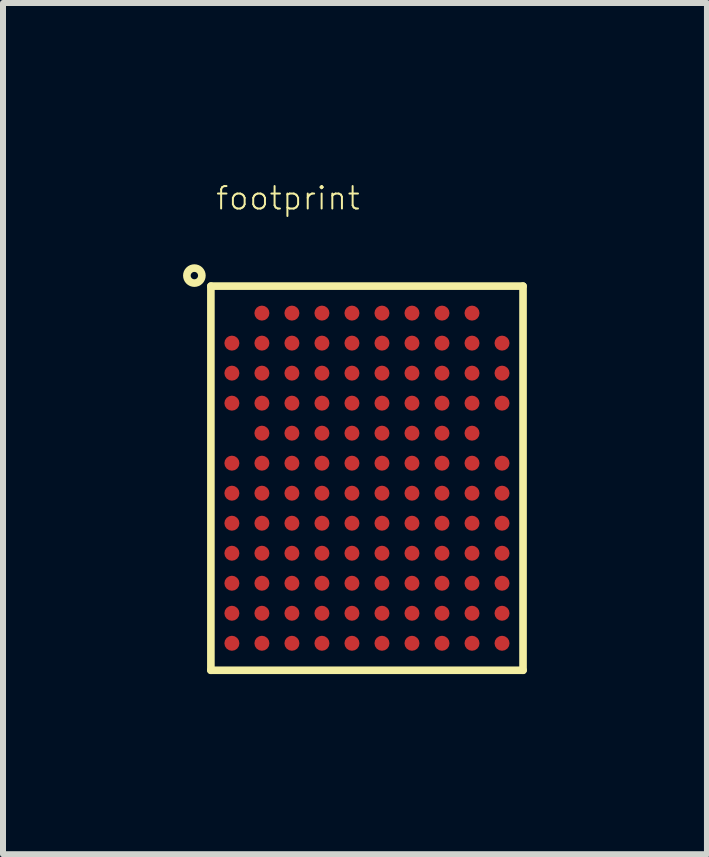
<source format=kicad_pcb>
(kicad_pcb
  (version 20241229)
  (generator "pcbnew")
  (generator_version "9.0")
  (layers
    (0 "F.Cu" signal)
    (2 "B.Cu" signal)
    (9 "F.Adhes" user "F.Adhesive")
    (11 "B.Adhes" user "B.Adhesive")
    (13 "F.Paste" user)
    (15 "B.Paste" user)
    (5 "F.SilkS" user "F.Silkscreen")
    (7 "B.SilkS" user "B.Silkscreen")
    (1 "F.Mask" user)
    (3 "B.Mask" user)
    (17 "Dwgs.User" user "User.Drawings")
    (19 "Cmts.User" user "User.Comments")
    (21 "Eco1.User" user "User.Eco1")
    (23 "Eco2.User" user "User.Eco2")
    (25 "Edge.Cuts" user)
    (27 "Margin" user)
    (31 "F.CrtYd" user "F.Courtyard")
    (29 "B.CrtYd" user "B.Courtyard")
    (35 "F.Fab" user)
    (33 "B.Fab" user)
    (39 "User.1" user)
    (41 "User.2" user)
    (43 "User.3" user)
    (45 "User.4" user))
  (footprint "footprint"
    (layer "F.Cu")
    (at 3.063 4.916)
    (property "Reference" "footprint" (at -2.54 -4.445 0) (layer "F.SilkS") (effects (font (size 0.374 0.374) (thickness 0.033)) (justify left bottom)))
    (fp_line (start -2.6 -3.2) (end 2.6 -3.2) (stroke (width 0.127) (type solid)) (layer "F.SilkS"))
    (fp_line (start -2.6 3.2) (end -2.6 -3.2) (stroke (width 0.127) (type solid)) (layer "F.SilkS"))
    (fp_line (start 2.6 -3.2) (end 2.6 3.2) (stroke (width 0.127) (type solid)) (layer "F.SilkS"))
    (fp_line (start 2.6 3.2) (end -2.6 3.2) (stroke (width 0.127) (type solid)) (layer "F.SilkS"))
    (fp_circle (center -2.875 -3.375) (end -2.75 -3.375) (stroke (width 0.127) (type solid)) (fill no) (layer "F.SilkS"))
    (pad "A2" smd roundrect (at -1.75 -2.75) (size 0.25 0.25) (layers "F.Cu" "F.Mask" "F.Paste") (roundrect_rratio 0.5))
    (pad "A3" smd roundrect (at -1.25 -2.75) (size 0.25 0.25) (layers "F.Cu" "F.Mask" "F.Paste") (roundrect_rratio 0.5))
    (pad "A4" smd roundrect (at -0.75 -2.75) (size 0.25 0.25) (layers "F.Cu" "F.Mask" "F.Paste") (roundrect_rratio 0.5))
    (pad "A5" smd roundrect (at -0.25 -2.75) (size 0.25 0.25) (layers "F.Cu" "F.Mask" "F.Paste") (roundrect_rratio 0.5))
    (pad "A6" smd roundrect (at 0.25 -2.75) (size 0.25 0.25) (layers "F.Cu" "F.Mask" "F.Paste") (roundrect_rratio 0.5))
    (pad "A7" smd roundrect (at 0.75 -2.75) (size 0.25 0.25) (layers "F.Cu" "F.Mask" "F.Paste") (roundrect_rratio 0.5))
    (pad "A8" smd roundrect (at 1.25 -2.75) (size 0.25 0.25) (layers "F.Cu" "F.Mask" "F.Paste") (roundrect_rratio 0.5))
    (pad "A9" smd roundrect (at 1.75 -2.75) (size 0.25 0.25) (layers "F.Cu" "F.Mask" "F.Paste") (roundrect_rratio 0.5))
    (pad "B1" smd roundrect (at -2.25 -2.25) (size 0.25 0.25) (layers "F.Cu" "F.Mask" "F.Paste") (roundrect_rratio 0.5))
    (pad "B2" smd roundrect (at -1.75 -2.25) (size 0.25 0.25) (layers "F.Cu" "F.Mask" "F.Paste") (roundrect_rratio 0.5))
    (pad "B3" smd roundrect (at -1.25 -2.25) (size 0.25 0.25) (layers "F.Cu" "F.Mask" "F.Paste") (roundrect_rratio 0.5))
    (pad "B4" smd roundrect (at -0.75 -2.25) (size 0.25 0.25) (layers "F.Cu" "F.Mask" "F.Paste") (roundrect_rratio 0.5))
    (pad "B5" smd roundrect (at -0.25 -2.25) (size 0.25 0.25) (layers "F.Cu" "F.Mask" "F.Paste") (roundrect_rratio 0.5))
    (pad "B6" smd roundrect (at 0.25 -2.25) (size 0.25 0.25) (layers "F.Cu" "F.Mask" "F.Paste") (roundrect_rratio 0.5))
    (pad "B7" smd roundrect (at 0.75 -2.25) (size 0.25 0.25) (layers "F.Cu" "F.Mask" "F.Paste") (roundrect_rratio 0.5))
    (pad "B8" smd roundrect (at 1.25 -2.25) (size 0.25 0.25) (layers "F.Cu" "F.Mask" "F.Paste") (roundrect_rratio 0.5))
    (pad "B9" smd roundrect (at 1.75 -2.25) (size 0.25 0.25) (layers "F.Cu" "F.Mask" "F.Paste") (roundrect_rratio 0.5))
    (pad "B10" smd roundrect (at 2.25 -2.25) (size 0.25 0.25) (layers "F.Cu" "F.Mask" "F.Paste") (roundrect_rratio 0.5))
    (pad "C1" smd roundrect (at -2.25 -1.75) (size 0.25 0.25) (layers "F.Cu" "F.Mask" "F.Paste") (roundrect_rratio 0.5))
    (pad "C2" smd roundrect (at -1.75 -1.75) (size 0.25 0.25) (layers "F.Cu" "F.Mask" "F.Paste") (roundrect_rratio 0.5))
    (pad "C3" smd roundrect (at -1.25 -1.75) (size 0.25 0.25) (layers "F.Cu" "F.Mask" "F.Paste") (roundrect_rratio 0.5))
    (pad "C4" smd roundrect (at -0.75 -1.75) (size 0.25 0.25) (layers "F.Cu" "F.Mask" "F.Paste") (roundrect_rratio 0.5))
    (pad "C5" smd roundrect (at -0.25 -1.75) (size 0.25 0.25) (layers "F.Cu" "F.Mask" "F.Paste") (roundrect_rratio 0.5))
    (pad "C6" smd roundrect (at 0.25 -1.75) (size 0.25 0.25) (layers "F.Cu" "F.Mask" "F.Paste") (roundrect_rratio 0.5))
    (pad "C7" smd roundrect (at 0.75 -1.75) (size 0.25 0.25) (layers "F.Cu" "F.Mask" "F.Paste") (roundrect_rratio 0.5))
    (pad "C8" smd roundrect (at 1.25 -1.75) (size 0.25 0.25) (layers "F.Cu" "F.Mask" "F.Paste") (roundrect_rratio 0.5))
    (pad "C9" smd roundrect (at 1.75 -1.75) (size 0.25 0.25) (layers "F.Cu" "F.Mask" "F.Paste") (roundrect_rratio 0.5))
    (pad "C10" smd roundrect (at 2.25 -1.75) (size 0.25 0.25) (layers "F.Cu" "F.Mask" "F.Paste") (roundrect_rratio 0.5))
    (pad "D1" smd roundrect (at -2.25 -1.25) (size 0.25 0.25) (layers "F.Cu" "F.Mask" "F.Paste") (roundrect_rratio 0.5))
    (pad "D2" smd roundrect (at -1.75 -1.25) (size 0.25 0.25) (layers "F.Cu" "F.Mask" "F.Paste") (roundrect_rratio 0.5))
    (pad "D3" smd roundrect (at -1.25 -1.25) (size 0.25 0.25) (layers "F.Cu" "F.Mask" "F.Paste") (roundrect_rratio 0.5))
    (pad "D4" smd roundrect (at -0.75 -1.25) (size 0.25 0.25) (layers "F.Cu" "F.Mask" "F.Paste") (roundrect_rratio 0.5))
    (pad "D5" smd roundrect (at -0.25 -1.25) (size 0.25 0.25) (layers "F.Cu" "F.Mask" "F.Paste") (roundrect_rratio 0.5))
    (pad "D6" smd roundrect (at 0.25 -1.25) (size 0.25 0.25) (layers "F.Cu" "F.Mask" "F.Paste") (roundrect_rratio 0.5))
    (pad "D7" smd roundrect (at 0.75 -1.25) (size 0.25 0.25) (layers "F.Cu" "F.Mask" "F.Paste") (roundrect_rratio 0.5))
    (pad "D8" smd roundrect (at 1.25 -1.25) (size 0.25 0.25) (layers "F.Cu" "F.Mask" "F.Paste") (roundrect_rratio 0.5))
    (pad "D9" smd roundrect (at 1.75 -1.25) (size 0.25 0.25) (layers "F.Cu" "F.Mask" "F.Paste") (roundrect_rratio 0.5))
    (pad "D10" smd roundrect (at 2.25 -1.25) (size 0.25 0.25) (layers "F.Cu" "F.Mask" "F.Paste") (roundrect_rratio 0.5))
    (pad "E2" smd roundrect (at -1.75 -0.75) (size 0.25 0.25) (layers "F.Cu" "F.Mask" "F.Paste") (roundrect_rratio 0.5))
    (pad "E3" smd roundrect (at -1.25 -0.75) (size 0.25 0.25) (layers "F.Cu" "F.Mask" "F.Paste") (roundrect_rratio 0.5))
    (pad "E4" smd roundrect (at -0.75 -0.75) (size 0.25 0.25) (layers "F.Cu" "F.Mask" "F.Paste") (roundrect_rratio 0.5))
    (pad "E5" smd roundrect (at -0.25 -0.75) (size 0.25 0.25) (layers "F.Cu" "F.Mask" "F.Paste") (roundrect_rratio 0.5))
    (pad "E6" smd roundrect (at 0.25 -0.75) (size 0.25 0.25) (layers "F.Cu" "F.Mask" "F.Paste") (roundrect_rratio 0.5))
    (pad "E7" smd roundrect (at 0.75 -0.75) (size 0.25 0.25) (layers "F.Cu" "F.Mask" "F.Paste") (roundrect_rratio 0.5))
    (pad "E8" smd roundrect (at 1.25 -0.75) (size 0.25 0.25) (layers "F.Cu" "F.Mask" "F.Paste") (roundrect_rratio 0.5))
    (pad "E9" smd roundrect (at 1.75 -0.75) (size 0.25 0.25) (layers "F.Cu" "F.Mask" "F.Paste") (roundrect_rratio 0.5))
    (pad "F1" smd roundrect (at -2.25 -0.25) (size 0.25 0.25) (layers "F.Cu" "F.Mask" "F.Paste") (roundrect_rratio 0.5))
    (pad "F2" smd roundrect (at -1.75 -0.25) (size 0.25 0.25) (layers "F.Cu" "F.Mask" "F.Paste") (roundrect_rratio 0.5))
    (pad "F3" smd roundrect (at -1.25 -0.25) (size 0.25 0.25) (layers "F.Cu" "F.Mask" "F.Paste") (roundrect_rratio 0.5))
    (pad "F4" smd roundrect (at -0.75 -0.25) (size 0.25 0.25) (layers "F.Cu" "F.Mask" "F.Paste") (roundrect_rratio 0.5))
    (pad "F5" smd roundrect (at -0.25 -0.25) (size 0.25 0.25) (layers "F.Cu" "F.Mask" "F.Paste") (roundrect_rratio 0.5))
    (pad "F6" smd roundrect (at 0.25 -0.25) (size 0.25 0.25) (layers "F.Cu" "F.Mask" "F.Paste") (roundrect_rratio 0.5))
    (pad "F7" smd roundrect (at 0.75 -0.25) (size 0.25 0.25) (layers "F.Cu" "F.Mask" "F.Paste") (roundrect_rratio 0.5))
    (pad "F8" smd roundrect (at 1.25 -0.25) (size 0.25 0.25) (layers "F.Cu" "F.Mask" "F.Paste") (roundrect_rratio 0.5))
    (pad "F9" smd roundrect (at 1.75 -0.25) (size 0.25 0.25) (layers "F.Cu" "F.Mask" "F.Paste") (roundrect_rratio 0.5))
    (pad "F10" smd roundrect (at 2.25 -0.25) (size 0.25 0.25) (layers "F.Cu" "F.Mask" "F.Paste") (roundrect_rratio 0.5))
    (pad "G1" smd roundrect (at -2.25 0.25) (size 0.25 0.25) (layers "F.Cu" "F.Mask" "F.Paste") (roundrect_rratio 0.5))
    (pad "G2" smd roundrect (at -1.75 0.25) (size 0.25 0.25) (layers "F.Cu" "F.Mask" "F.Paste") (roundrect_rratio 0.5))
    (pad "G3" smd roundrect (at -1.25 0.25) (size 0.25 0.25) (layers "F.Cu" "F.Mask" "F.Paste") (roundrect_rratio 0.5))
    (pad "G4" smd roundrect (at -0.75 0.25) (size 0.25 0.25) (layers "F.Cu" "F.Mask" "F.Paste") (roundrect_rratio 0.5))
    (pad "G5" smd roundrect (at -0.25 0.25) (size 0.25 0.25) (layers "F.Cu" "F.Mask" "F.Paste") (roundrect_rratio 0.5))
    (pad "G6" smd roundrect (at 0.25 0.25) (size 0.25 0.25) (layers "F.Cu" "F.Mask" "F.Paste") (roundrect_rratio 0.5))
    (pad "G7" smd roundrect (at 0.75 0.25) (size 0.25 0.25) (layers "F.Cu" "F.Mask" "F.Paste") (roundrect_rratio 0.5))
    (pad "G8" smd roundrect (at 1.25 0.25) (size 0.25 0.25) (layers "F.Cu" "F.Mask" "F.Paste") (roundrect_rratio 0.5))
    (pad "G9" smd roundrect (at 1.75 0.25) (size 0.25 0.25) (layers "F.Cu" "F.Mask" "F.Paste") (roundrect_rratio 0.5))
    (pad "G10" smd roundrect (at 2.25 0.25) (size 0.25 0.25) (layers "F.Cu" "F.Mask" "F.Paste") (roundrect_rratio 0.5))
    (pad "H1" smd roundrect (at -2.25 0.75) (size 0.25 0.25) (layers "F.Cu" "F.Mask" "F.Paste") (roundrect_rratio 0.5))
    (pad "H2" smd roundrect (at -1.75 0.75) (size 0.25 0.25) (layers "F.Cu" "F.Mask" "F.Paste") (roundrect_rratio 0.5))
    (pad "H3" smd roundrect (at -1.25 0.75) (size 0.25 0.25) (layers "F.Cu" "F.Mask" "F.Paste") (roundrect_rratio 0.5))
    (pad "H4" smd roundrect (at -0.75 0.75) (size 0.25 0.25) (layers "F.Cu" "F.Mask" "F.Paste") (roundrect_rratio 0.5))
    (pad "H5" smd roundrect (at -0.25 0.75) (size 0.25 0.25) (layers "F.Cu" "F.Mask" "F.Paste") (roundrect_rratio 0.5))
    (pad "H6" smd roundrect (at 0.25 0.75) (size 0.25 0.25) (layers "F.Cu" "F.Mask" "F.Paste") (roundrect_rratio 0.5))
    (pad "H7" smd roundrect (at 0.75 0.75) (size 0.25 0.25) (layers "F.Cu" "F.Mask" "F.Paste") (roundrect_rratio 0.5))
    (pad "H8" smd roundrect (at 1.25 0.75) (size 0.25 0.25) (layers "F.Cu" "F.Mask" "F.Paste") (roundrect_rratio 0.5))
    (pad "H9" smd roundrect (at 1.75 0.75) (size 0.25 0.25) (layers "F.Cu" "F.Mask" "F.Paste") (roundrect_rratio 0.5))
    (pad "H10" smd roundrect (at 2.25 0.75) (size 0.25 0.25) (layers "F.Cu" "F.Mask" "F.Paste") (roundrect_rratio 0.5))
    (pad "J1" smd roundrect (at -2.25 1.25) (size 0.25 0.25) (layers "F.Cu" "F.Mask" "F.Paste") (roundrect_rratio 0.5))
    (pad "J2" smd roundrect (at -1.75 1.25) (size 0.25 0.25) (layers "F.Cu" "F.Mask" "F.Paste") (roundrect_rratio 0.5))
    (pad "J3" smd roundrect (at -1.25 1.25) (size 0.25 0.25) (layers "F.Cu" "F.Mask" "F.Paste") (roundrect_rratio 0.5))
    (pad "J4" smd roundrect (at -0.75 1.25) (size 0.25 0.25) (layers "F.Cu" "F.Mask" "F.Paste") (roundrect_rratio 0.5))
    (pad "J5" smd roundrect (at -0.25 1.25) (size 0.25 0.25) (layers "F.Cu" "F.Mask" "F.Paste") (roundrect_rratio 0.5))
    (pad "J6" smd roundrect (at 0.25 1.25) (size 0.25 0.25) (layers "F.Cu" "F.Mask" "F.Paste") (roundrect_rratio 0.5))
    (pad "J7" smd roundrect (at 0.75 1.25) (size 0.25 0.25) (layers "F.Cu" "F.Mask" "F.Paste") (roundrect_rratio 0.5))
    (pad "J8" smd roundrect (at 1.25 1.25) (size 0.25 0.25) (layers "F.Cu" "F.Mask" "F.Paste") (roundrect_rratio 0.5))
    (pad "J9" smd roundrect (at 1.75 1.25) (size 0.25 0.25) (layers "F.Cu" "F.Mask" "F.Paste") (roundrect_rratio 0.5))
    (pad "J10" smd roundrect (at 2.25 1.25) (size 0.25 0.25) (layers "F.Cu" "F.Mask" "F.Paste") (roundrect_rratio 0.5))
    (pad "K1" smd roundrect (at -2.25 1.75) (size 0.25 0.25) (layers "F.Cu" "F.Mask" "F.Paste") (roundrect_rratio 0.5))
    (pad "K2" smd roundrect (at -1.75 1.75) (size 0.25 0.25) (layers "F.Cu" "F.Mask" "F.Paste") (roundrect_rratio 0.5))
    (pad "K3" smd roundrect (at -1.25 1.75) (size 0.25 0.25) (layers "F.Cu" "F.Mask" "F.Paste") (roundrect_rratio 0.5))
    (pad "K4" smd roundrect (at -0.75 1.75) (size 0.25 0.25) (layers "F.Cu" "F.Mask" "F.Paste") (roundrect_rratio 0.5))
    (pad "K5" smd roundrect (at -0.25 1.75) (size 0.25 0.25) (layers "F.Cu" "F.Mask" "F.Paste") (roundrect_rratio 0.5))
    (pad "K6" smd roundrect (at 0.25 1.75) (size 0.25 0.25) (layers "F.Cu" "F.Mask" "F.Paste") (roundrect_rratio 0.5))
    (pad "K7" smd roundrect (at 0.75 1.75) (size 0.25 0.25) (layers "F.Cu" "F.Mask" "F.Paste") (roundrect_rratio 0.5))
    (pad "K8" smd roundrect (at 1.25 1.75) (size 0.25 0.25) (layers "F.Cu" "F.Mask" "F.Paste") (roundrect_rratio 0.5))
    (pad "K9" smd roundrect (at 1.75 1.75) (size 0.25 0.25) (layers "F.Cu" "F.Mask" "F.Paste") (roundrect_rratio 0.5))
    (pad "K10" smd roundrect (at 2.25 1.75) (size 0.25 0.25) (layers "F.Cu" "F.Mask" "F.Paste") (roundrect_rratio 0.5))
    (pad "L1" smd roundrect (at -2.25 2.25) (size 0.25 0.25) (layers "F.Cu" "F.Mask" "F.Paste") (roundrect_rratio 0.5))
    (pad "L2" smd roundrect (at -1.75 2.25) (size 0.25 0.25) (layers "F.Cu" "F.Mask" "F.Paste") (roundrect_rratio 0.5))
    (pad "L3" smd roundrect (at -1.25 2.25) (size 0.25 0.25) (layers "F.Cu" "F.Mask" "F.Paste") (roundrect_rratio 0.5))
    (pad "L4" smd roundrect (at -0.75 2.25) (size 0.25 0.25) (layers "F.Cu" "F.Mask" "F.Paste") (roundrect_rratio 0.5))
    (pad "L5" smd roundrect (at -0.25 2.25) (size 0.25 0.25) (layers "F.Cu" "F.Mask" "F.Paste") (roundrect_rratio 0.5))
    (pad "L6" smd roundrect (at 0.25 2.25) (size 0.25 0.25) (layers "F.Cu" "F.Mask" "F.Paste") (roundrect_rratio 0.5))
    (pad "L7" smd roundrect (at 0.75 2.25) (size 0.25 0.25) (layers "F.Cu" "F.Mask" "F.Paste") (roundrect_rratio 0.5))
    (pad "L8" smd roundrect (at 1.25 2.25) (size 0.25 0.25) (layers "F.Cu" "F.Mask" "F.Paste") (roundrect_rratio 0.5))
    (pad "L9" smd roundrect (at 1.75 2.25) (size 0.25 0.25) (layers "F.Cu" "F.Mask" "F.Paste") (roundrect_rratio 0.5))
    (pad "L10" smd roundrect (at 2.25 2.25) (size 0.25 0.25) (layers "F.Cu" "F.Mask" "F.Paste") (roundrect_rratio 0.5))
    (pad "M1" smd roundrect (at -2.25 2.75) (size 0.25 0.25) (layers "F.Cu" "F.Mask" "F.Paste") (roundrect_rratio 0.5))
    (pad "M2" smd roundrect (at -1.75 2.75) (size 0.25 0.25) (layers "F.Cu" "F.Mask" "F.Paste") (roundrect_rratio 0.5))
    (pad "M3" smd roundrect (at -1.25 2.75) (size 0.25 0.25) (layers "F.Cu" "F.Mask" "F.Paste") (roundrect_rratio 0.5))
    (pad "M4" smd roundrect (at -0.75 2.75) (size 0.25 0.25) (layers "F.Cu" "F.Mask" "F.Paste") (roundrect_rratio 0.5))
    (pad "M5" smd roundrect (at -0.25 2.75) (size 0.25 0.25) (layers "F.Cu" "F.Mask" "F.Paste") (roundrect_rratio 0.5))
    (pad "M6" smd roundrect (at 0.25 2.75) (size 0.25 0.25) (layers "F.Cu" "F.Mask" "F.Paste") (roundrect_rratio 0.5))
    (pad "M7" smd roundrect (at 0.75 2.75) (size 0.25 0.25) (layers "F.Cu" "F.Mask" "F.Paste") (roundrect_rratio 0.5))
    (pad "M8" smd roundrect (at 1.25 2.75) (size 0.25 0.25) (layers "F.Cu" "F.Mask" "F.Paste") (roundrect_rratio 0.5))
    (pad "M9" smd roundrect (at 1.75 2.75) (size 0.25 0.25) (layers "F.Cu" "F.Mask" "F.Paste") (roundrect_rratio 0.5))
    (pad "M10" smd roundrect (at 2.25 2.75) (size 0.25 0.25) (layers "F.Cu" "F.Mask" "F.Paste") (roundrect_rratio 0.5)))
  (gr_rect
    (start -3 -3)
    (end 8.727 11.18)
    (stroke (width 0.1) (type default))
    (fill no)
    (layer "Edge.Cuts")))
</source>
